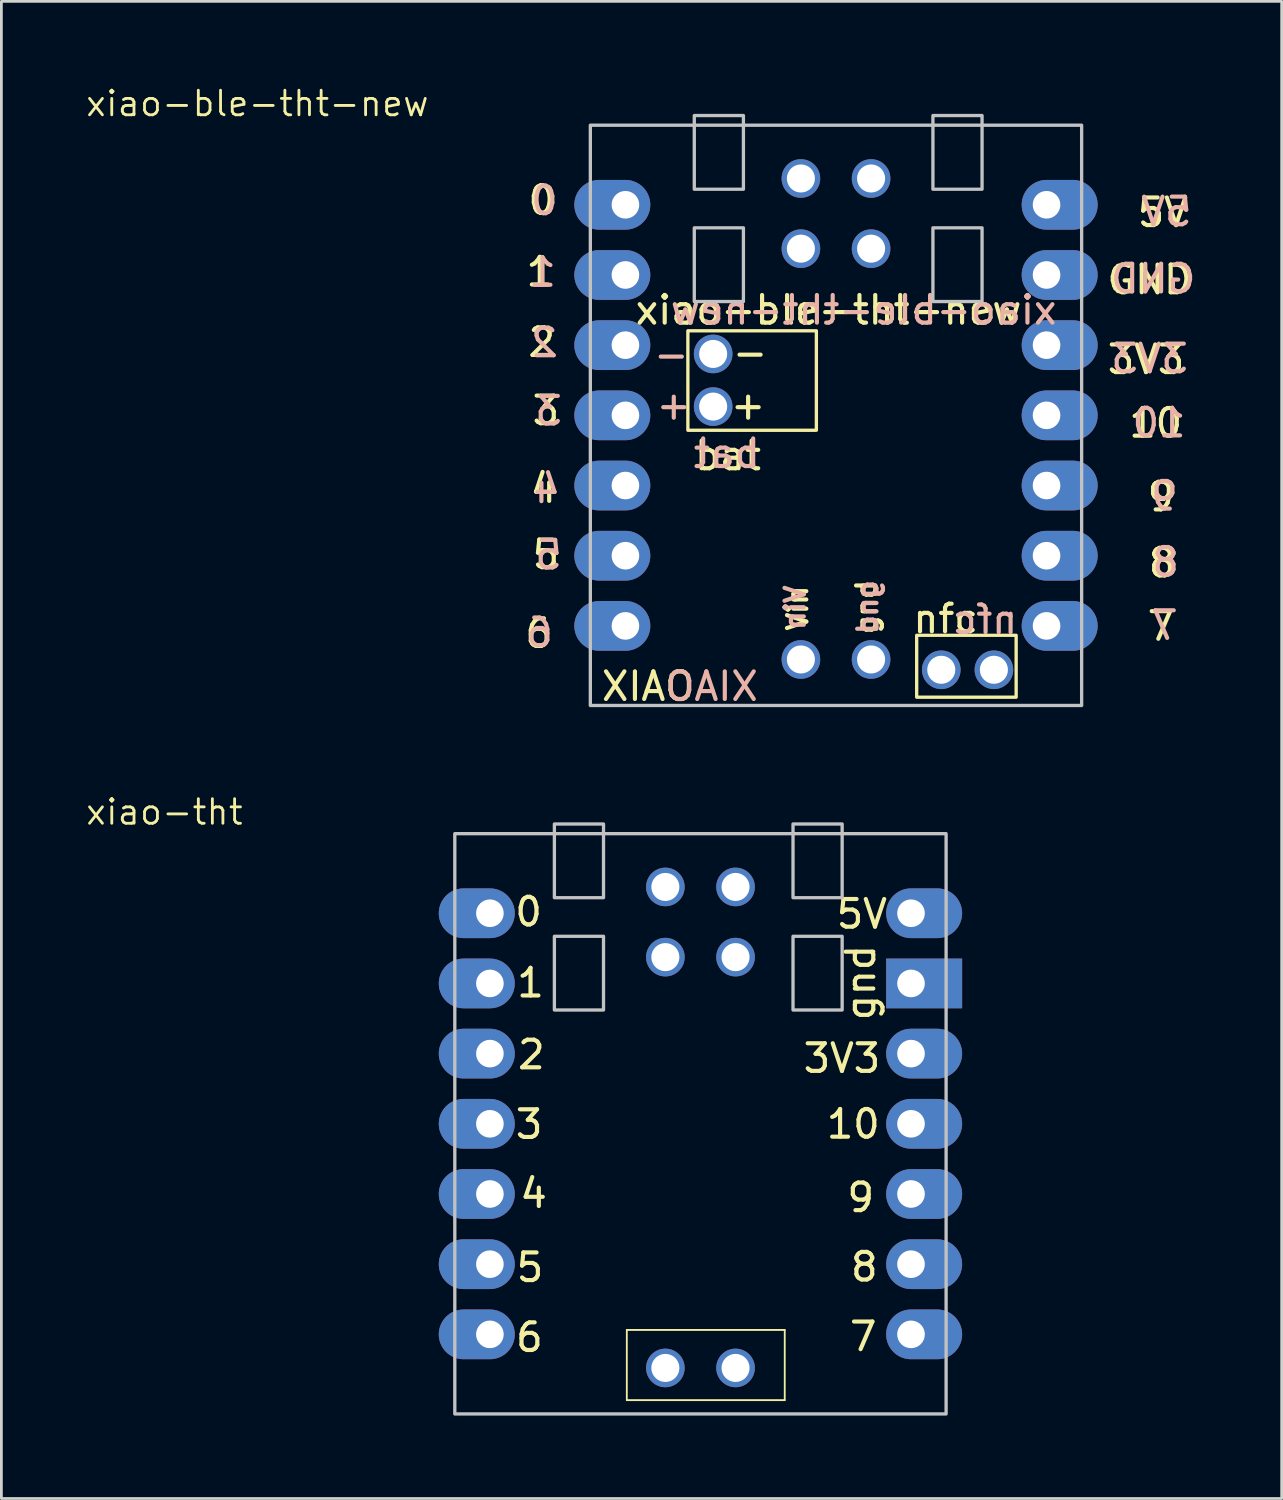
<source format=kicad_pcb>
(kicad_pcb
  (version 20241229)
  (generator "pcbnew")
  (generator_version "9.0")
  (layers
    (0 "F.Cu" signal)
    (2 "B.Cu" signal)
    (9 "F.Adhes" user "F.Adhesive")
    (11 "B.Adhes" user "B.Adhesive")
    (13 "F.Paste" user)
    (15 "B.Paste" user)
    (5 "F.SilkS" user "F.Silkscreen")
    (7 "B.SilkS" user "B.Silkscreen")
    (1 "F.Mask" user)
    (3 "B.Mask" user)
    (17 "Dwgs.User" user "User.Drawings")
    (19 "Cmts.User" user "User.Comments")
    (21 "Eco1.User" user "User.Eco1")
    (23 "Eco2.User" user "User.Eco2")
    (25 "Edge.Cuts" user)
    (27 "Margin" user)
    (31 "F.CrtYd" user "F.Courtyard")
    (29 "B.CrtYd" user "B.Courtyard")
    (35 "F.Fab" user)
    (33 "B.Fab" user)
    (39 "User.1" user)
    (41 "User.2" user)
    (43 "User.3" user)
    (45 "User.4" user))
  (footprint "xiao-ble-tht-new"
    (layer "F.Cu")
    (at 25.664 11.981)
    (property "Reference" "xiao-ble-tht-new" (at -19.399 -11.283 0) (layer "F.SilkS") (effects (font (size 0.889 0.889) (thickness 0.102))))
    (attr smd exclude_from_pos_files)
    (fp_rect (start 0.83 -3.06) (end -3.82 0.54) (stroke (width 0.12) (type solid)) (fill no) (layer "F.SilkS"))
    (fp_rect (start 8.06 7.96) (end 4.46 10.2) (stroke (width 0.12) (type solid)) (fill no) (layer "F.SilkS"))
    (fp_rect (start -1.81 -10.85) (end -3.588 -8.183) (stroke (width 0.12) (type solid)) (fill no) (layer "Dwgs.User"))
    (fp_rect (start -1.81 -6.786) (end -3.588 -4.119) (stroke (width 0.12) (type solid)) (fill no) (layer "Dwgs.User"))
    (fp_rect (start 5.048 -8.183) (end 6.826 -10.85) (stroke (width 0.12) (type solid)) (fill no) (layer "Dwgs.User"))
    (fp_rect (start 6.826 -6.786) (end 5.048 -4.119) (stroke (width 0.12) (type solid)) (fill no) (layer "Dwgs.User"))
    (fp_rect (start 10.43 10.5) (end -7.35 -10.5) (stroke (width 0.12) (type solid)) (fill no) (layer "Dwgs.User"))
    (fp_text user "6" (at -9.22 7.89 0) (unlocked yes) (layer "F.SilkS") (effects (font (size 1 1) (thickness 0.15))))
    (fp_text user "5" (at -8.96 5.04 0) (unlocked yes) (layer "F.SilkS") (effects (font (size 1 1) (thickness 0.15))))
    (fp_text user "7" (at 13.3 7.63 0) (unlocked yes) (layer "F.SilkS") (effects (font (size 1 1) (thickness 0.15))))
    (fp_text user "3" (at -8.96 -0.17 0) (layer "F.SilkS") (effects (font (size 1 1) (thickness 0.15))))
    (fp_text user "bat" (at -2.37 1.46 0) (unlocked yes) (layer "F.SilkS") (effects (font (size 1 1) (thickness 0.15))))
    (fp_text user "Vin" (at 0.15 6.98 90) (unlocked yes) (layer "F.SilkS") (effects (font (size 0.7 0.7) (thickness 0.15))))
    (fp_text user "${REFERENCE}" (at 1.27 -3.81 0) (layer "F.SilkS") (effects (font (size 1 1) (thickness 0.15))))
    (fp_text user "2" (at -9.11 -2.64 0) (unlocked yes) (layer "F.SilkS") (effects (font (size 1 1) (thickness 0.15))))
    (fp_text user "0" (at -9.11 -7.78 0) (unlocked yes) (layer "F.SilkS") (effects (font (size 1 1) (thickness 0.15))))
    (fp_text user "3V3" (at 12.76 -2.02 0) (unlocked yes) (layer "F.SilkS") (effects (font (size 1 1) (thickness 0.15))))
    (fp_text user "9" (at 13.3 2.95 0) (unlocked yes) (layer "F.SilkS") (effects (font (size 1 1) (thickness 0.15))))
    (fp_text user "1" (at -9.18 -5.19 0) (unlocked yes) (layer "F.SilkS") (effects (font (size 1 1) (thickness 0.15))))
    (fp_text user "5V" (at 13.37 -7.34 0) (unlocked yes) (layer "F.SilkS") (effects (font (size 1 1) (thickness 0.15))))
    (fp_text user "-" (at -1.57 -2.27 0) (unlocked yes) (layer "F.SilkS") (effects (font (size 1 1) (thickness 0.15))))
    (fp_text user "+" (at -1.64 -0.37 0) (unlocked yes) (layer "F.SilkS") (effects (font (size 1 1) (thickness 0.15))))
    (fp_text user "nfc" (at 5.51 7.36 0) (unlocked yes) (layer "F.SilkS") (effects (font (size 1 1) (thickness 0.15))))
    (fp_text user "4" (at -9.03 2.64 0) (unlocked yes) (layer "F.SilkS") (effects (font (size 1 1) (thickness 0.15))))
    (fp_text user "8" (at 13.34 5.34 0) (unlocked yes) (layer "F.SilkS") (effects (font (size 1 1) (thickness 0.15))))
    (fp_text user "10" (at 13.11 0.28 0) (unlocked yes) (layer "F.SilkS") (effects (font (size 1 1) (thickness 0.15))))
    (fp_text user "GND" (at 12.89 -4.91 0) (unlocked yes) (layer "F.SilkS") (effects (font (size 1 1) (thickness 0.15))))
    (fp_text user "XIAO" (at -5.26 9.81 0) (unlocked yes) (layer "F.SilkS") (effects (font (size 1 1) (thickness 0.15))))
    (fp_text user "gnd" (at 2.65 6.94 90) (unlocked yes) (layer "F.SilkS") (effects (font (size 0.7 0.7) (thickness 0.15))))
    (fp_text user "nfc" (at 6.93 7.39 0) (unlocked yes) (layer "B.SilkS") (effects (font (size 1 1) (thickness 0.15)) (justify mirror)))
    (fp_text user "4" (at -8.93 2.65 0) (unlocked yes) (layer "B.SilkS") (effects (font (size 1 1) (thickness 0.15)) (justify mirror)))
    (fp_text user "bat" (at -2.41 1.38 0) (unlocked yes) (layer "B.SilkS") (effects (font (size 1 1) (thickness 0.15)) (justify mirror)))
    (fp_text user "${REFERENCE}" (at 2.54 -3.81 0) (layer "B.SilkS") (effects (font (size 1 1) (thickness 0.15)) (justify mirror)))
    (fp_text user "7" (at 13.43 7.6 0) (unlocked yes) (layer "B.SilkS") (effects (font (size 1 1) (thickness 0.15)) (justify mirror)))
    (fp_text user "9" (at 13.43 2.92 0) (unlocked yes) (layer "B.SilkS") (effects (font (size 1 1) (thickness 0.15)) (justify mirror)))
    (fp_text user "-" (at -4.42 -2.2 0) (unlocked yes) (layer "B.SilkS") (effects (font (size 1 1) (thickness 0.15)) (justify mirror)))
    (fp_text user "XIAO" (at -2.96 9.81 0) (unlocked yes) (layer "B.SilkS") (effects (font (size 1 1) (thickness 0.15)) (justify mirror)))
    (fp_text user "GND" (at 13.02 -4.94 0) (unlocked yes) (layer "B.SilkS") (effects (font (size 1 1) (thickness 0.15)) (justify mirror)))
    (fp_text user "2" (at -9.01 -2.63 0) (unlocked yes) (layer "B.SilkS") (effects (font (size 1 1) (thickness 0.15)) (justify mirror)))
    (fp_text user "+" (at -4.33 -0.37 0) (unlocked yes) (layer "B.SilkS") (effects (font (size 1 1) (thickness 0.15)) (justify mirror)))
    (fp_text user "5V" (at 13.5 -7.37 0) (unlocked yes) (layer "B.SilkS") (effects (font (size 1 1) (thickness 0.15)) (justify mirror)))
    (fp_text user "3V3" (at 12.89 -2.05 0) (unlocked yes) (layer "B.SilkS") (effects (font (size 1 1) (thickness 0.15)) (justify mirror)))
    (fp_text user "8" (at 13.47 5.31 0) (unlocked yes) (layer "B.SilkS") (effects (font (size 1 1) (thickness 0.15)) (justify mirror)))
    (fp_text user "3" (at -8.86 -0.16 0) (layer "B.SilkS") (effects (font (size 1 1) (thickness 0.15)) (justify mirror)))
    (fp_text user "1" (at -9.08 -5.18 0) (unlocked yes) (layer "B.SilkS") (effects (font (size 1 1) (thickness 0.15)) (justify mirror)))
    (fp_text user "5" (at -8.86 5.05 0) (unlocked yes) (layer "B.SilkS") (effects (font (size 1 1) (thickness 0.15)) (justify mirror)))
    (fp_text user "10" (at 13.23 0.27 0) (unlocked yes) (layer "B.SilkS") (effects (font (size 1 1) (thickness 0.15)) (justify mirror)))
    (fp_text user "gnd" (at 2.69 6.94 90) (unlocked yes) (layer "B.SilkS") (effects (font (size 0.7 0.7) (thickness 0.15)) (justify mirror)))
    (fp_text user "6" (at -9.19 7.86 0) (unlocked yes) (layer "B.SilkS") (effects (font (size 1 1) (thickness 0.15)) (justify mirror)))
    (fp_text user "Vin" (at 0.06 6.96 90) (unlocked yes) (layer "B.SilkS") (effects (font (size 0.7 0.7) (thickness 0.15)) (justify mirror)))
    (fp_text user "0" (at -9.01 -7.77 0) (unlocked yes) (layer "B.SilkS") (effects (font (size 1 1) (thickness 0.15)) (justify mirror)))
    (pad "1" thru_hole oval (at -6.08 -7.62 180) (size 2.75 1.8) (drill 1 (offset 0.475 0)) (layers "*.Cu" "*.Mask"))
    (pad "2" thru_hole oval (at -6.08 -5.08 180) (size 2.75 1.8) (drill 1 (offset 0.475 0)) (layers "*.Cu" "*.Mask"))
    (pad "3" thru_hole oval (at -6.08 -2.54 180) (size 2.75 1.8) (drill 1 (offset 0.475 0)) (layers "*.Cu" "*.Mask"))
    (pad "4" thru_hole oval (at -6.08 0 180) (size 2.75 1.8) (drill 1 (offset 0.475 0)) (layers "*.Cu" "*.Mask"))
    (pad "5" thru_hole oval (at -6.08 2.54 180) (size 2.75 1.8) (drill 1 (offset 0.475 0)) (layers "*.Cu" "*.Mask"))
    (pad "6" thru_hole oval (at -6.08 5.08 180) (size 2.75 1.8) (drill 1 (offset 0.475 0)) (layers "*.Cu" "*.Mask"))
    (pad "7" thru_hole oval (at -6.08 7.62 180) (size 2.75 1.8) (drill 1 (offset 0.475 0)) (layers "*.Cu" "*.Mask"))
    (pad "8" thru_hole oval (at 9.16 7.62) (size 2.75 1.8) (drill 1 (offset 0.475 0)) (layers "*.Cu" "*.Mask"))
    (pad "9" thru_hole oval (at 9.16 5.08) (size 2.75 1.8) (drill 1 (offset 0.475 0)) (layers "*.Cu" "*.Mask"))
    (pad "10" thru_hole oval (at 9.16 2.54) (size 2.75 1.8) (drill 1 (offset 0.475 0)) (layers "*.Cu" "*.Mask"))
    (pad "11" thru_hole oval (at 9.16 0) (size 2.75 1.8) (drill 1 (offset 0.475 0)) (layers "*.Cu" "*.Mask"))
    (pad "12" thru_hole oval (at 9.16 -2.54) (size 2.75 1.8) (drill 1 (offset 0.475 0)) (layers "*.Cu" "*.Mask"))
    (pad "13" thru_hole oval (at 9.16 -5.08) (size 2.75 1.8) (drill 1 (offset 0.475 0)) (layers "*.Cu" "*.Mask"))
    (pad "14" thru_hole oval (at 9.16 -7.62) (size 2.75 1.8) (drill 1 (offset 0.475 0)) (layers "*.Cu" "*.Mask"))
    (pad "15" thru_hole circle (at 2.81 -8.572 270) (size 1.397 1.397) (drill 1.016) (layers "*.Cu" "*.Mask"))
    (pad "16" thru_hole circle (at 0.27 -8.572 270) (size 1.397 1.397) (drill 1.016) (layers "*.Cu" "*.Mask"))
    (pad "17" thru_hole circle (at 2.81 -6.032 270) (size 1.397 1.397) (drill 1.016) (layers "*.Cu" "*.Mask"))
    (pad "18" thru_hole circle (at 0.27 -6.032 270) (size 1.397 1.397) (drill 1.016) (layers "*.Cu" "*.Mask"))
    (pad "19" thru_hole circle (at -2.905 -2.222 180) (size 1.397 1.397) (drill 1.016) (layers "*.Cu" "*.Mask"))
    (pad "19" thru_hole circle (at 2.81 8.835 90) (size 1.397 1.397) (drill 1.016) (layers "*.Cu" "*.Mask"))
    (pad "20" thru_hole circle (at -2.905 -0.317 180) (size 1.397 1.397) (drill 1.016) (layers "*.Cu" "*.Mask"))
    (pad "20" thru_hole circle (at 0.27 8.835 90) (size 1.397 1.397) (drill 1.016) (layers "*.Cu" "*.Mask"))
    (pad "21" thru_hole circle (at 5.35 9.208 270) (size 1.397 1.397) (drill 1.016) (layers "*.Cu" "*.Mask"))
    (pad "22" thru_hole circle (at 7.255 9.208 270) (size 1.397 1.397) (drill 1.016) (layers "*.Cu" "*.Mask")))
  (footprint "xiao-tht"
    (layer "F.Cu")
    (at 22.299 37.62)
    (property "Reference" "xiao-tht" (at -19.399 -11.283 0) (layer "F.SilkS") (effects (font (size 0.889 0.889) (thickness 0.102))))
    (attr smd exclude_from_pos_files)
    (fp_line (start -2.665 7.46) (end 3.05 7.46) (stroke (width 0.066) (type solid)) (layer "F.SilkS"))
    (fp_line (start -2.665 10) (end -2.665 7.46) (stroke (width 0.066) (type solid)) (layer "F.SilkS"))
    (fp_line (start -2.665 10) (end 3.05 10) (stroke (width 0.066) (type solid)) (layer "F.SilkS"))
    (fp_line (start 3.05 10) (end 3.05 7.46) (stroke (width 0.066) (type solid)) (layer "F.SilkS"))
    (fp_rect (start -8.89 10.5) (end 8.89 -10.5) (stroke (width 0.12) (type solid)) (fill no) (layer "Dwgs.User"))
    (fp_rect (start -5.286 -6.786) (end -3.508 -4.119) (stroke (width 0.12) (type solid)) (fill no) (layer "Dwgs.User"))
    (fp_rect (start -3.508 -8.183) (end -5.286 -10.85) (stroke (width 0.12) (type solid)) (fill no) (layer "Dwgs.User"))
    (fp_rect (start 3.35 -10.85) (end 5.128 -8.183) (stroke (width 0.12) (type solid)) (fill no) (layer "Dwgs.User"))
    (fp_rect (start 3.35 -6.786) (end 5.128 -4.119) (stroke (width 0.12) (type solid)) (fill no) (layer "Dwgs.User"))
    (fp_text user "6" (at -6.19 7.73 0) (unlocked yes) (layer "F.SilkS") (effects (font (size 1 1) (thickness 0.15))))
    (fp_text user "5V" (at 5.84 -7.59 0) (unlocked yes) (layer "F.SilkS") (effects (font (size 1 1) (thickness 0.15))))
    (fp_text user "5" (at -6.17 5.2 0) (unlocked yes) (layer "F.SilkS") (effects (font (size 1 1) (thickness 0.15))))
    (fp_text user "9" (at 5.8 2.67 0) (unlocked yes) (layer "F.SilkS") (effects (font (size 1 1) (thickness 0.15))))
    (fp_text user "1" (at -6.15 -5.1 0) (unlocked yes) (layer "F.SilkS") (effects (font (size 1 1) (thickness 0.15))))
    (fp_text user "gnd" (at 5.8 -5.11 90) (unlocked yes) (layer "F.SilkS") (effects (font (size 1 1) (thickness 0.15))))
    (fp_text user "8" (at 5.93 5.18 0) (unlocked yes) (layer "F.SilkS") (effects (font (size 1 1) (thickness 0.15))))
    (fp_text user "3" (at -6.2 0.02 0) (unlocked yes) (layer "F.SilkS") (effects (font (size 1 1) (thickness 0.15))))
    (fp_text user "10" (at 5.53 0.01 0) (unlocked yes) (layer "F.SilkS") (effects (font (size 1 1) (thickness 0.15))))
    (fp_text user "2" (at -6.12 -2.5 0) (unlocked yes) (layer "F.SilkS") (effects (font (size 1 1) (thickness 0.15))))
    (fp_text user "0" (at -6.22 -7.67 0) (unlocked yes) (layer "F.SilkS") (effects (font (size 1 1) (thickness 0.15))))
    (fp_text user "7" (at 5.89 7.7 0) (unlocked yes) (layer "F.SilkS") (effects (font (size 1 1) (thickness 0.15))))
    (fp_text user "3V3" (at 5.12 -2.37 0) (unlocked yes) (layer "F.SilkS") (effects (font (size 1 1) (thickness 0.15))))
    (fp_text user "4" (at -6.04 2.52 0) (unlocked yes) (layer "F.SilkS") (effects (font (size 1 1) (thickness 0.15))))
    (pad "1" thru_hole oval (at -7.62 -7.62) (size 2.75 1.8) (drill 1 (offset -0.475 0)) (layers "*.Cu" "*.Mask"))
    (pad "2" thru_hole oval (at -7.62 -5.08) (size 2.75 1.8) (drill 1 (offset -0.475 0)) (layers "*.Cu" "*.Mask"))
    (pad "3" thru_hole oval (at -7.62 -2.54) (size 2.75 1.8) (drill 1 (offset -0.475 0)) (layers "*.Cu" "*.Mask"))
    (pad "4" thru_hole oval (at -7.62 0) (size 2.75 1.8) (drill 1 (offset -0.475 0)) (layers "*.Cu" "*.Mask"))
    (pad "5" thru_hole oval (at -7.62 2.54) (size 2.75 1.8) (drill 1 (offset -0.475 0)) (layers "*.Cu" "*.Mask"))
    (pad "6" thru_hole oval (at -7.62 5.08) (size 2.75 1.8) (drill 1 (offset -0.475 0)) (layers "*.Cu" "*.Mask"))
    (pad "7" thru_hole oval (at -7.62 7.62) (size 2.75 1.8) (drill 1 (offset -0.475 0)) (layers "*.Cu" "*.Mask"))
    (pad "8" thru_hole oval (at 7.62 7.62 180) (size 2.75 1.8) (drill 1 (offset -0.475 0)) (layers "*.Cu" "*.Mask"))
    (pad "9" thru_hole oval (at 7.62 5.08 180) (size 2.75 1.8) (drill 1 (offset -0.475 0)) (layers "*.Cu" "*.Mask"))
    (pad "10" thru_hole oval (at 7.62 2.54 180) (size 2.75 1.8) (drill 1 (offset -0.475 0)) (layers "*.Cu" "*.Mask"))
    (pad "11" thru_hole oval (at 7.62 0 180) (size 2.75 1.8) (drill 1 (offset -0.475 0)) (layers "*.Cu" "*.Mask"))
    (pad "12" thru_hole oval (at 7.62 -2.54 180) (size 2.75 1.8) (drill 1 (offset -0.475 0)) (layers "*.Cu" "*.Mask"))
    (pad "13" thru_hole rect (at 7.62 -5.08 180) (size 2.75 1.8) (drill 1 (offset -0.475 0)) (layers "*.Cu" "*.Mask"))
    (pad "14" thru_hole oval (at 7.62 -7.62 180) (size 2.75 1.8) (drill 1 (offset -0.475 0)) (layers "*.Cu" "*.Mask"))
    (pad "15" thru_hole circle (at -1.27 8.835 90) (size 1.397 1.397) (drill 1.016) (layers "*.Cu" "*.Mask"))
    (pad "16" thru_hole circle (at 1.27 8.835 90) (size 1.397 1.397) (drill 1.016) (layers "*.Cu" "*.Mask"))
    (pad "17" thru_hole circle (at -1.27 -8.572 90) (size 1.397 1.397) (drill 1.016) (layers "*.Cu" "*.Mask"))
    (pad "18" thru_hole circle (at 1.27 -8.572 90) (size 1.397 1.397) (drill 1.016) (layers "*.Cu" "*.Mask"))
    (pad "19" thru_hole circle (at -1.27 -6.032 90) (size 1.397 1.397) (drill 1.016) (layers "*.Cu" "*.Mask"))
    (pad "20" thru_hole circle (at 1.27 -6.032 90) (size 1.397 1.397) (drill 1.016) (layers "*.Cu" "*.Mask")))
  (gr_rect
    (start -3 -3)
    (end 43.333 51.18)
    (stroke (width 0.1) (type default))
    (fill no)
    (layer "Edge.Cuts")))
</source>
